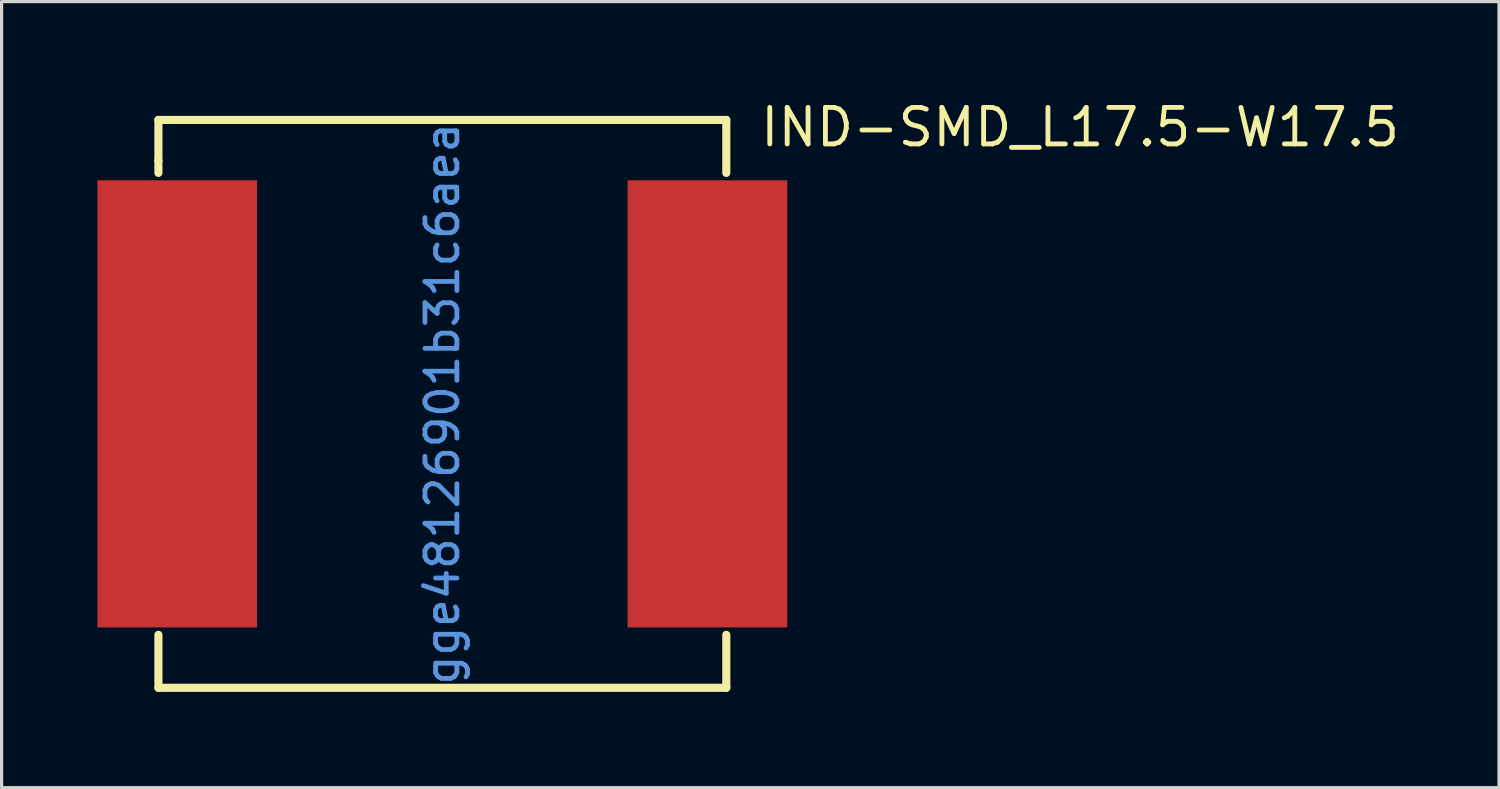
<source format=kicad_pcb>
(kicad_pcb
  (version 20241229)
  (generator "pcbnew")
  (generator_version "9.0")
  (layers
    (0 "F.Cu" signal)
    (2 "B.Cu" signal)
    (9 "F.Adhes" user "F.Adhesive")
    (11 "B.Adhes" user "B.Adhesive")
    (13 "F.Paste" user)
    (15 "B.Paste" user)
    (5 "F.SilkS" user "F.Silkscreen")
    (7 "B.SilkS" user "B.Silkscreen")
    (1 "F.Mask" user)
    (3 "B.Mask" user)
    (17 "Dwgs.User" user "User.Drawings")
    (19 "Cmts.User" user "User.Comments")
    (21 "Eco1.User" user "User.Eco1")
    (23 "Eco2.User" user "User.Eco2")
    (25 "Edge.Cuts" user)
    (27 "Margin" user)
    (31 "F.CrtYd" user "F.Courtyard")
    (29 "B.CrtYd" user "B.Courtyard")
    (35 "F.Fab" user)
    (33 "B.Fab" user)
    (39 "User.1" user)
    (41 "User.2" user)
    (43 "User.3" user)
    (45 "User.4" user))
  (footprint "IND-SMD_L17.5-W17.5"
    (layer "F.Cu")
    (at 10.8 9.595)
    (property "Reference" "IND-SMD_L17.5-W17.5" (at 9.88 -8.66 0) (layer "F.SilkS") (effects (font (size 1.143 1.143) (thickness 0.152)) (justify left)))
    (attr smd)
    (fp_line (start -8.89 -8.89) (end -8.89 -7.62) (stroke (width 0.254) (type solid)) (layer "F.SilkS"))
    (fp_line (start -8.89 -7.62) (end -8.89 -7.231) (stroke (width 0.254) (type solid)) (layer "F.SilkS"))
    (fp_line (start -8.89 7.231) (end -8.89 8.89) (stroke (width 0.254) (type solid)) (layer "F.SilkS"))
    (fp_line (start -8.89 8.89) (end 8.89 8.89) (stroke (width 0.254) (type solid)) (layer "F.SilkS"))
    (fp_line (start 8.89 -8.89) (end -8.89 -8.89) (stroke (width 0.254) (type solid)) (layer "F.SilkS"))
    (fp_line (start 8.89 -7.231) (end 8.89 -8.89) (stroke (width 0.254) (type solid)) (layer "F.SilkS"))
    (fp_line (start 8.89 8.89) (end 8.89 7.231) (stroke (width 0.254) (type solid)) (layer "F.SilkS"))
    (fp_text user "gge48126901b31c6aea" (at 0 0 90) (layer "Cmts.User") (effects (font (size 1 1) (thickness 0.15))))
    (pad "1" smd rect (at -8.3 0) (size 5 14) (layers "F.Cu" "F.Mask" "F.Paste"))
    (pad "2" smd rect (at 8.3 0) (size 5 14) (layers "F.Cu" "F.Mask" "F.Paste")))
  (gr_rect
    (start -3 -3)
    (end 43.883 21.612)
    (stroke (width 0.1) (type default))
    (fill no)
    (layer "Edge.Cuts")))
</source>
